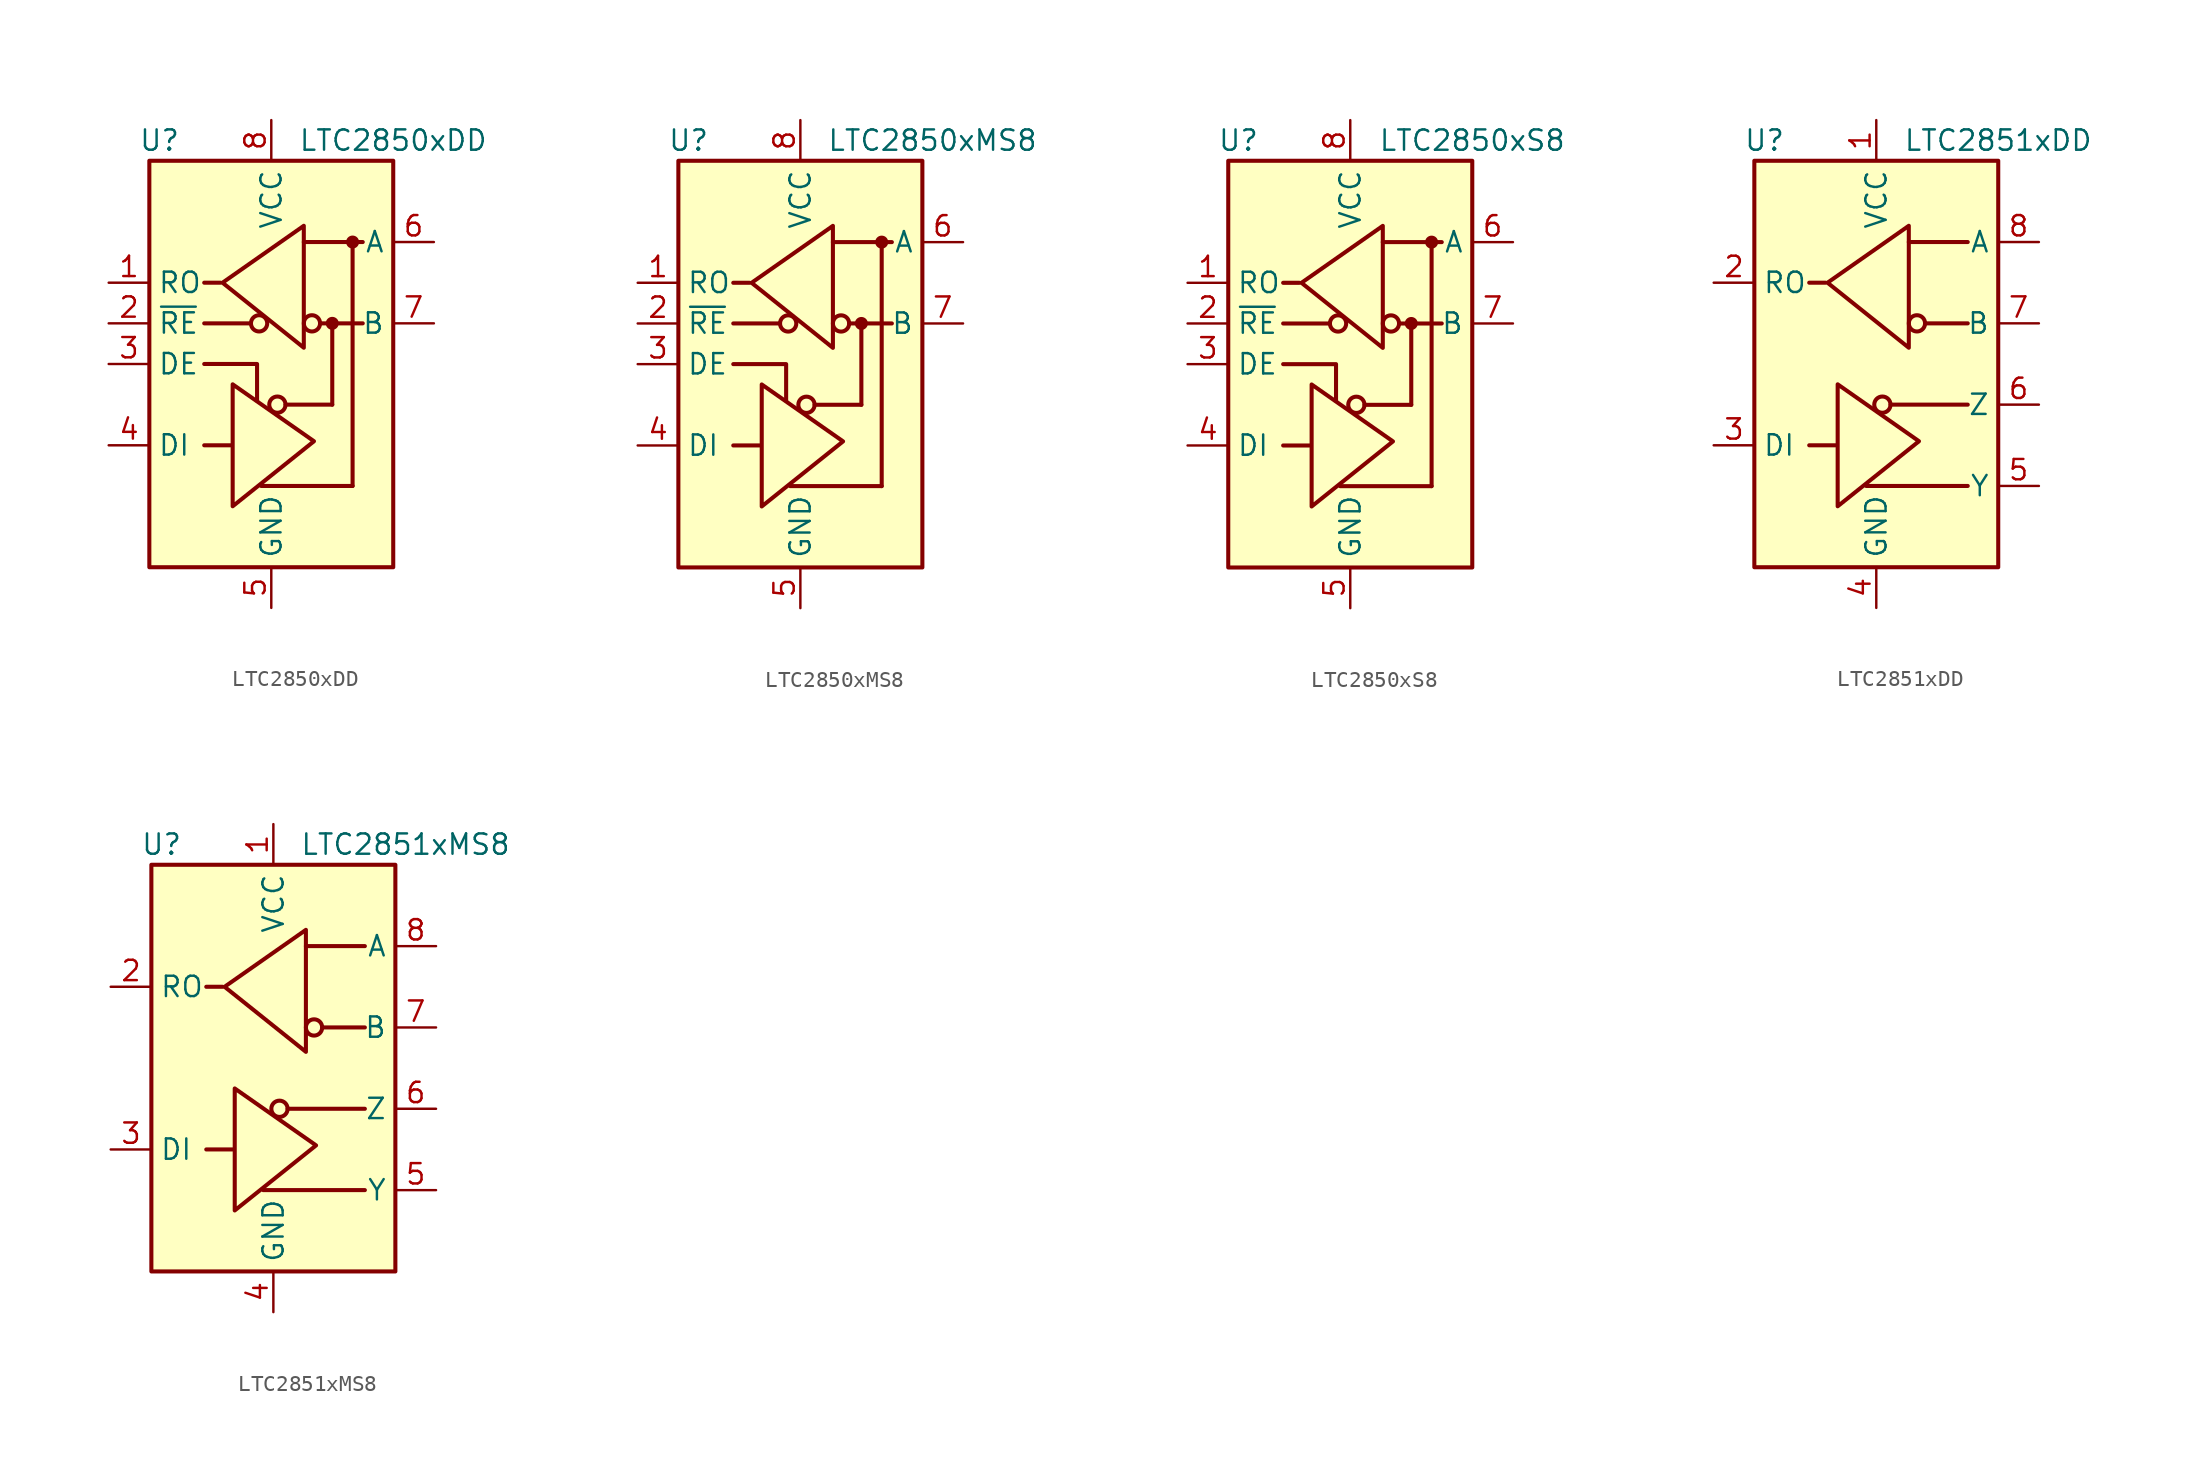
<source format=kicad_sym>
(kicad_symbol_lib
  (version 20201005)
  (generator kicad_symbol_editor)
  (symbol "LTC2850xDD"
    (property "Reference" "U"
      (at -6.985 13.97 0)
      (effects (font (size 1.27 1.27))))
    (property "Value" "LTC2850xDD"
      (at 7.62 13.97 0)
      (effects (font (size 1.27 1.27))))
    (symbol "LTC2850xDD_0_1"
      (rectangle (start -7.62 12.7) (end 7.62 -12.7) (stroke (width 0.254)) (fill (type background))))
    (symbol "LTC2850xDD_1_1"
      (circle (center -0.762 2.54) (radius 0.508) (stroke (width 0.254)) (fill (type none)))
      (circle (center 0.381 -2.54) (radius 0.508) (stroke (width 0.254)) (fill (type none)))
      (circle (center 2.54 2.54) (radius 0.508) (stroke (width 0.254)) (fill (type none)))
      (circle (center 3.81 2.54) (radius 0.279) (stroke (width 0.254)) (fill (type outline)))
      (circle (center 5.08 7.62) (radius 0.279) (stroke (width 0.254)) (fill (type outline)))
      (polyline (pts (xy -4.191 2.54) (xy -1.27 2.54)) (stroke (width 0.254)) (fill (type none)))
      (polyline (pts (xy -2.54 -5.08) (xy -4.191 -5.08)) (stroke (width 0.254)) (fill (type none)))
      (polyline (pts (xy -0.635 -7.62) (xy 5.08 -7.62)) (stroke (width 0.254)) (fill (type none)))
      (polyline (pts (xy 0.889 -2.54) (xy 3.81 -2.54)) (stroke (width 0.254)) (fill (type none)))
      (polyline (pts (xy 2.032 7.62) (xy 5.715 7.62)) (stroke (width 0.254)) (fill (type none)))
      (polyline (pts (xy 3.048 2.54) (xy 5.715 2.54)) (stroke (width 0.254)) (fill (type none)))
      (polyline (pts (xy 3.81 -2.54) (xy 3.81 2.54)) (stroke (width 0.254)) (fill (type none)))
      (polyline (pts (xy 5.08 -7.62) (xy 5.08 7.62)) (stroke (width 0.254)) (fill (type none)))
      (polyline (pts (xy -4.191 0) (xy -0.889 0) (xy -0.889 -2.286)) (stroke (width 0.254)) (fill (type none)))
      (polyline (pts (xy -3.175 5.08) (xy -4.191 5.08) (xy -4.064 5.08)) (stroke (width 0.254)) (fill (type none)))
      (polyline (pts (xy -2.413 -5.08) (xy -2.413 -1.27) (xy 2.667 -4.826) (xy -2.413 -8.89) (xy -2.413 -5.08)) (stroke (width 0.254)) (fill (type none)))
      (polyline (pts (xy 2.032 4.826) (xy 2.032 8.636) (xy -3.048 5.08) (xy 2.032 1.016) (xy 2.032 4.826)) (stroke (width 0.254)) (fill (type none)))
      (pin output line (at -10.16 5.08 0) (length 2.54) (name "RO" (effects (font (size 1.27 1.27)))) (number "1" (effects (font (size 1.27 1.27)))))
      (pin input line (at -10.16 2.54 0) (length 2.54) (name "~RE" (effects (font (size 1.27 1.27)))) (number "2" (effects (font (size 1.27 1.27)))))
      (pin input line (at -10.16 0 0) (length 2.54) (name "DE" (effects (font (size 1.27 1.27)))) (number "3" (effects (font (size 1.27 1.27)))))
      (pin input line (at -10.16 -5.08 0) (length 2.54) (name "DI" (effects (font (size 1.27 1.27)))) (number "4" (effects (font (size 1.27 1.27)))))
      (pin power_in line (at 0 -15.24 90) (length 2.54) (name "GND" (effects (font (size 1.27 1.27)))) (number "5" (effects (font (size 1.27 1.27)))))
      (pin bidirectional line (at 10.16 7.62 180) (length 2.54) (name "A" (effects (font (size 1.27 1.27)))) (number "6" (effects (font (size 1.27 1.27)))))
      (pin bidirectional line (at 10.16 2.54 180) (length 2.54) (name "B" (effects (font (size 1.27 1.27)))) (number "7" (effects (font (size 1.27 1.27)))))
      (pin power_in line (at 0 15.24 270) (length 2.54) (name "VCC" (effects (font (size 1.27 1.27)))) (number "8" (effects (font (size 1.27 1.27)))))
      (pin passive line (at 0 -15.24 90) (length 2.54) hide (name "GND" (effects (font (size 1.27 1.27)))) (number "9" (effects (font (size 1.27 1.27)))))))
  (symbol "LTC2850xMS8"
    (property "Reference" "U"
      (at -6.985 13.97 0)
      (effects (font (size 1.27 1.27))))
    (property "Value" "LTC2850xMS8"
      (at 8.255 13.97 0)
      (effects (font (size 1.27 1.27))))
    (symbol "LTC2850xMS8_0_1"
      (rectangle (start -7.62 12.7) (end 7.62 -12.7) (stroke (width 0.254)) (fill (type background))))
    (symbol "LTC2850xMS8_1_1"
      (circle (center -0.762 2.54) (radius 0.508) (stroke (width 0.254)) (fill (type none)))
      (circle (center 0.381 -2.54) (radius 0.508) (stroke (width 0.254)) (fill (type none)))
      (circle (center 2.54 2.54) (radius 0.508) (stroke (width 0.254)) (fill (type none)))
      (circle (center 3.81 2.54) (radius 0.279) (stroke (width 0.254)) (fill (type outline)))
      (circle (center 5.08 7.62) (radius 0.279) (stroke (width 0.254)) (fill (type outline)))
      (polyline (pts (xy -4.191 2.54) (xy -1.27 2.54)) (stroke (width 0.254)) (fill (type none)))
      (polyline (pts (xy -2.54 -5.08) (xy -4.191 -5.08)) (stroke (width 0.254)) (fill (type none)))
      (polyline (pts (xy -0.635 -7.62) (xy 5.08 -7.62)) (stroke (width 0.254)) (fill (type none)))
      (polyline (pts (xy 0.889 -2.54) (xy 3.81 -2.54)) (stroke (width 0.254)) (fill (type none)))
      (polyline (pts (xy 2.032 7.62) (xy 5.715 7.62)) (stroke (width 0.254)) (fill (type none)))
      (polyline (pts (xy 3.048 2.54) (xy 5.715 2.54)) (stroke (width 0.254)) (fill (type none)))
      (polyline (pts (xy 3.81 -2.54) (xy 3.81 2.54)) (stroke (width 0.254)) (fill (type none)))
      (polyline (pts (xy 5.08 -7.62) (xy 5.08 7.62)) (stroke (width 0.254)) (fill (type none)))
      (polyline (pts (xy -4.191 0) (xy -0.889 0) (xy -0.889 -2.286)) (stroke (width 0.254)) (fill (type none)))
      (polyline (pts (xy -3.175 5.08) (xy -4.191 5.08) (xy -4.064 5.08)) (stroke (width 0.254)) (fill (type none)))
      (polyline (pts (xy -2.413 -5.08) (xy -2.413 -1.27) (xy 2.667 -4.826) (xy -2.413 -8.89) (xy -2.413 -5.08)) (stroke (width 0.254)) (fill (type none)))
      (polyline (pts (xy 2.032 4.826) (xy 2.032 8.636) (xy -3.048 5.08) (xy 2.032 1.016) (xy 2.032 4.826)) (stroke (width 0.254)) (fill (type none)))
      (pin output line (at -10.16 5.08 0) (length 2.54) (name "RO" (effects (font (size 1.27 1.27)))) (number "1" (effects (font (size 1.27 1.27)))))
      (pin input line (at -10.16 2.54 0) (length 2.54) (name "~RE" (effects (font (size 1.27 1.27)))) (number "2" (effects (font (size 1.27 1.27)))))
      (pin input line (at -10.16 0 0) (length 2.54) (name "DE" (effects (font (size 1.27 1.27)))) (number "3" (effects (font (size 1.27 1.27)))))
      (pin input line (at -10.16 -5.08 0) (length 2.54) (name "DI" (effects (font (size 1.27 1.27)))) (number "4" (effects (font (size 1.27 1.27)))))
      (pin power_in line (at 0 -15.24 90) (length 2.54) (name "GND" (effects (font (size 1.27 1.27)))) (number "5" (effects (font (size 1.27 1.27)))))
      (pin bidirectional line (at 10.16 7.62 180) (length 2.54) (name "A" (effects (font (size 1.27 1.27)))) (number "6" (effects (font (size 1.27 1.27)))))
      (pin bidirectional line (at 10.16 2.54 180) (length 2.54) (name "B" (effects (font (size 1.27 1.27)))) (number "7" (effects (font (size 1.27 1.27)))))
      (pin power_in line (at 0 15.24 270) (length 2.54) (name "VCC" (effects (font (size 1.27 1.27)))) (number "8" (effects (font (size 1.27 1.27)))))))
  (symbol "LTC2850xS8"
    (property "Reference" "U"
      (at -6.985 13.97 0)
      (effects (font (size 1.27 1.27))))
    (property "Value" "LTC2850xS8"
      (at 7.62 13.97 0)
      (effects (font (size 1.27 1.27))))
    (symbol "LTC2850xS8_0_1"
      (circle (center 0.381 -2.54) (radius 0.508) (stroke (width 0.254)) (fill (type none)))
      (circle (center 3.81 2.54) (radius 0.279) (stroke (width 0.254)) (fill (type outline)))
      (rectangle (start -7.62 12.7) (end 7.62 -12.7) (stroke (width 0.254)) (fill (type background)))
      (polyline (pts (xy -4.191 2.54) (xy -1.27 2.54)) (stroke (width 0.254)) (fill (type none)))
      (polyline (pts (xy -2.54 -5.08) (xy -4.191 -5.08)) (stroke (width 0.254)) (fill (type none)))
      (polyline (pts (xy -0.635 -7.62) (xy 5.08 -7.62)) (stroke (width 0.254)) (fill (type none)))
      (polyline (pts (xy 0.889 -2.54) (xy 3.81 -2.54)) (stroke (width 0.254)) (fill (type none)))
      (polyline (pts (xy 2.032 7.62) (xy 5.715 7.62)) (stroke (width 0.254)) (fill (type none)))
      (polyline (pts (xy 3.048 2.54) (xy 5.715 2.54)) (stroke (width 0.254)) (fill (type none)))
      (polyline (pts (xy 3.81 -2.54) (xy 3.81 2.54)) (stroke (width 0.254)) (fill (type none)))
      (polyline (pts (xy 5.08 -7.62) (xy 5.08 7.62)) (stroke (width 0.254)) (fill (type none)))
      (polyline (pts (xy -4.191 0) (xy -0.889 0) (xy -0.889 -2.286)) (stroke (width 0.254)) (fill (type none)))
      (polyline (pts (xy -3.175 5.08) (xy -4.191 5.08) (xy -4.064 5.08)) (stroke (width 0.254)) (fill (type none)))
      (polyline (pts (xy -2.413 -5.08) (xy -2.413 -1.27) (xy 2.667 -4.826) (xy -2.413 -8.89) (xy -2.413 -5.08)) (stroke (width 0.254)) (fill (type none))))
    (symbol "LTC2850xS8_1_1"
      (circle (center -0.762 2.54) (radius 0.508) (stroke (width 0.254)) (fill (type none)))
      (circle (center 2.54 2.54) (radius 0.508) (stroke (width 0.254)) (fill (type none)))
      (circle (center 5.08 7.62) (radius 0.279) (stroke (width 0.254)) (fill (type outline)))
      (polyline (pts (xy 2.032 4.826) (xy 2.032 8.636) (xy -3.048 5.08) (xy 2.032 1.016) (xy 2.032 4.826)) (stroke (width 0.254)) (fill (type none)))
      (pin output line (at -10.16 5.08 0) (length 2.54) (name "RO" (effects (font (size 1.27 1.27)))) (number "1" (effects (font (size 1.27 1.27)))))
      (pin input line (at -10.16 2.54 0) (length 2.54) (name "~RE" (effects (font (size 1.27 1.27)))) (number "2" (effects (font (size 1.27 1.27)))))
      (pin input line (at -10.16 0 0) (length 2.54) (name "DE" (effects (font (size 1.27 1.27)))) (number "3" (effects (font (size 1.27 1.27)))))
      (pin input line (at -10.16 -5.08 0) (length 2.54) (name "DI" (effects (font (size 1.27 1.27)))) (number "4" (effects (font (size 1.27 1.27)))))
      (pin power_in line (at 0 -15.24 90) (length 2.54) (name "GND" (effects (font (size 1.27 1.27)))) (number "5" (effects (font (size 1.27 1.27)))))
      (pin bidirectional line (at 10.16 7.62 180) (length 2.54) (name "A" (effects (font (size 1.27 1.27)))) (number "6" (effects (font (size 1.27 1.27)))))
      (pin bidirectional line (at 10.16 2.54 180) (length 2.54) (name "B" (effects (font (size 1.27 1.27)))) (number "7" (effects (font (size 1.27 1.27)))))
      (pin power_in line (at 0 15.24 270) (length 2.54) (name "VCC" (effects (font (size 1.27 1.27)))) (number "8" (effects (font (size 1.27 1.27)))))))
  (symbol "LTC2851xDD"
    (property "Reference" "U"
      (at -6.985 13.97 0)
      (effects (font (size 1.27 1.27))))
    (property "Value" "LTC2851xDD"
      (at 7.62 13.97 0)
      (effects (font (size 1.27 1.27))))
    (symbol "LTC2851xDD_0_1"
      (rectangle (start -7.62 12.7) (end 7.62 -12.7) (stroke (width 0.254)) (fill (type background))))
    (symbol "LTC2851xDD_1_1"
      (circle (center 0.381 -2.54) (radius 0.508) (stroke (width 0.254)) (fill (type none)))
      (circle (center 2.54 2.54) (radius 0.508) (stroke (width 0.254)) (fill (type none)))
      (polyline (pts (xy -2.54 -5.08) (xy -4.191 -5.08)) (stroke (width 0.254)) (fill (type none)))
      (polyline (pts (xy -0.635 -7.62) (xy 5.715 -7.62)) (stroke (width 0.254)) (fill (type none)))
      (polyline (pts (xy 0.889 -2.54) (xy 5.715 -2.54)) (stroke (width 0.254)) (fill (type none)))
      (polyline (pts (xy 2.032 7.62) (xy 5.715 7.62)) (stroke (width 0.254)) (fill (type none)))
      (polyline (pts (xy 3.048 2.54) (xy 5.715 2.54)) (stroke (width 0.254)) (fill (type none)))
      (polyline (pts (xy -3.175 5.08) (xy -4.191 5.08) (xy -4.064 5.08)) (stroke (width 0.254)) (fill (type none)))
      (polyline (pts (xy -2.413 -5.08) (xy -2.413 -1.27) (xy 2.667 -4.826) (xy -2.413 -8.89) (xy -2.413 -5.08)) (stroke (width 0.254)) (fill (type none)))
      (polyline (pts (xy 2.032 4.826) (xy 2.032 8.636) (xy -3.048 5.08) (xy 2.032 1.016) (xy 2.032 4.826)) (stroke (width 0.254)) (fill (type none)))
      (pin power_in line (at 0 15.24 270) (length 2.54) (name "VCC" (effects (font (size 1.27 1.27)))) (number "1" (effects (font (size 1.27 1.27)))))
      (pin output line (at -10.16 5.08 0) (length 2.54) (name "RO" (effects (font (size 1.27 1.27)))) (number "2" (effects (font (size 1.27 1.27)))))
      (pin input line (at -10.16 -5.08 0) (length 2.54) (name "DI" (effects (font (size 1.27 1.27)))) (number "3" (effects (font (size 1.27 1.27)))))
      (pin power_in line (at 0 -15.24 90) (length 2.54) (name "GND" (effects (font (size 1.27 1.27)))) (number "4" (effects (font (size 1.27 1.27)))))
      (pin output line (at 10.16 -7.62 180) (length 2.54) (name "Y" (effects (font (size 1.27 1.27)))) (number "5" (effects (font (size 1.27 1.27)))))
      (pin output line (at 10.16 -2.54 180) (length 2.54) (name "Z" (effects (font (size 1.27 1.27)))) (number "6" (effects (font (size 1.27 1.27)))))
      (pin input line (at 10.16 2.54 180) (length 2.54) (name "B" (effects (font (size 1.27 1.27)))) (number "7" (effects (font (size 1.27 1.27)))))
      (pin input line (at 10.16 7.62 180) (length 2.54) (name "A" (effects (font (size 1.27 1.27)))) (number "8" (effects (font (size 1.27 1.27)))))
      (pin passive line (at 0 -15.24 90) (length 2.54) hide (name "GND" (effects (font (size 1.27 1.27)))) (number "9" (effects (font (size 1.27 1.27)))))))
  (symbol "LTC2851xMS8"
    (property "Reference" "U"
      (at -6.985 13.97 0)
      (effects (font (size 1.27 1.27))))
    (property "Value" "LTC2851xMS8"
      (at 8.255 13.97 0)
      (effects (font (size 1.27 1.27))))
    (symbol "LTC2851xMS8_0_1"
      (rectangle (start -7.62 12.7) (end 7.62 -12.7) (stroke (width 0.254)) (fill (type background))))
    (symbol "LTC2851xMS8_1_1"
      (circle (center 0.381 -2.54) (radius 0.508) (stroke (width 0.254)) (fill (type none)))
      (circle (center 2.54 2.54) (radius 0.508) (stroke (width 0.254)) (fill (type none)))
      (polyline (pts (xy -2.54 -5.08) (xy -4.191 -5.08)) (stroke (width 0.254)) (fill (type none)))
      (polyline (pts (xy -0.635 -7.62) (xy 5.715 -7.62)) (stroke (width 0.254)) (fill (type none)))
      (polyline (pts (xy 0.889 -2.54) (xy 5.715 -2.54)) (stroke (width 0.254)) (fill (type none)))
      (polyline (pts (xy 2.032 7.62) (xy 5.715 7.62)) (stroke (width 0.254)) (fill (type none)))
      (polyline (pts (xy 3.048 2.54) (xy 5.715 2.54)) (stroke (width 0.254)) (fill (type none)))
      (polyline (pts (xy -3.175 5.08) (xy -4.191 5.08) (xy -4.064 5.08)) (stroke (width 0.254)) (fill (type none)))
      (polyline (pts (xy -2.413 -5.08) (xy -2.413 -1.27) (xy 2.667 -4.826) (xy -2.413 -8.89) (xy -2.413 -5.08)) (stroke (width 0.254)) (fill (type none)))
      (polyline (pts (xy 2.032 4.826) (xy 2.032 8.636) (xy -3.048 5.08) (xy 2.032 1.016) (xy 2.032 4.826)) (stroke (width 0.254)) (fill (type none)))
      (pin power_in line (at 0 15.24 270) (length 2.54) (name "VCC" (effects (font (size 1.27 1.27)))) (number "1" (effects (font (size 1.27 1.27)))))
      (pin output line (at -10.16 5.08 0) (length 2.54) (name "RO" (effects (font (size 1.27 1.27)))) (number "2" (effects (font (size 1.27 1.27)))))
      (pin input line (at -10.16 -5.08 0) (length 2.54) (name "DI" (effects (font (size 1.27 1.27)))) (number "3" (effects (font (size 1.27 1.27)))))
      (pin power_in line (at 0 -15.24 90) (length 2.54) (name "GND" (effects (font (size 1.27 1.27)))) (number "4" (effects (font (size 1.27 1.27)))))
      (pin output line (at 10.16 -7.62 180) (length 2.54) (name "Y" (effects (font (size 1.27 1.27)))) (number "5" (effects (font (size 1.27 1.27)))))
      (pin output line (at 10.16 -2.54 180) (length 2.54) (name "Z" (effects (font (size 1.27 1.27)))) (number "6" (effects (font (size 1.27 1.27)))))
      (pin input line (at 10.16 2.54 180) (length 2.54) (name "B" (effects (font (size 1.27 1.27)))) (number "7" (effects (font (size 1.27 1.27)))))
      (pin input line (at 10.16 7.62 180) (length 2.54) (name "A" (effects (font (size 1.27 1.27)))) (number "8" (effects (font (size 1.27 1.27))))))))
</source>
